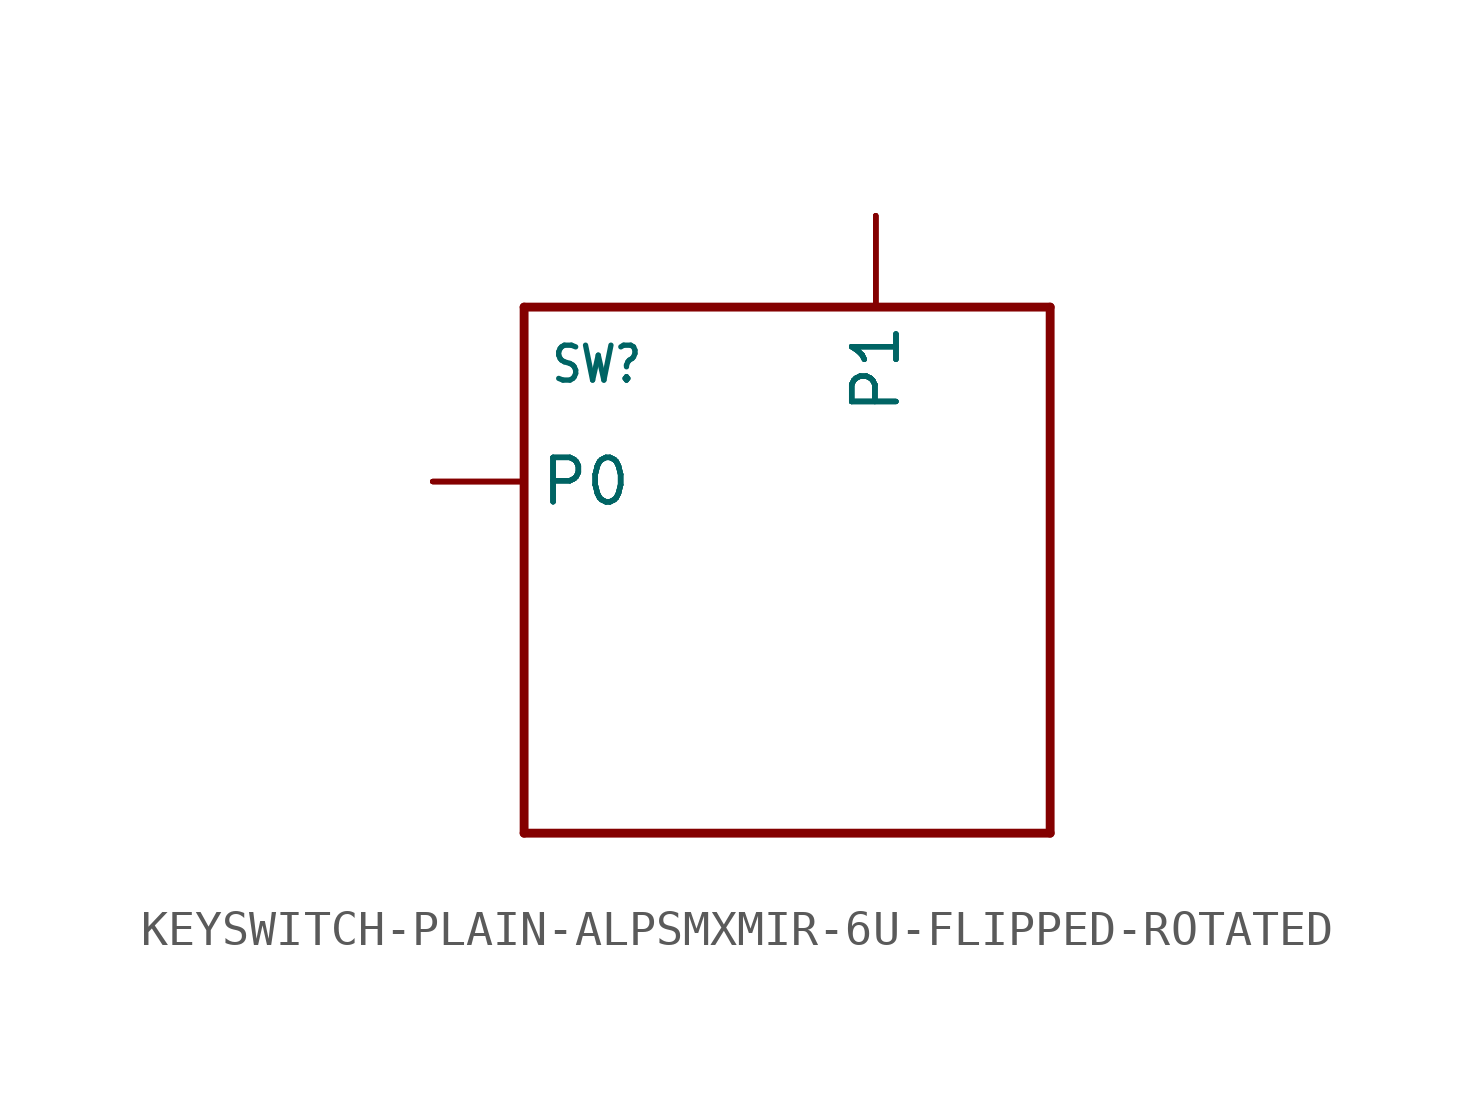
<source format=kicad_sym>
(kicad_symbol_lib
  (version 20211014)
  (generator kicad_symbol_editor)
  (symbol "KEYSWITCH-PLAIN-ALPSMXMIR-6U-FLIPPED-ROTATED"
    (property "Reference" "SW"
      (at -6.81 5.318 0)
      (effects (font (size 1 0.85)) (justify left bottom)))
    (property "ki_locked" ""
      (at 0 0 0)
      (effects (font (size 1.27 1.27))))
    (symbol "KEYSWITCH-PLAIN-ALPSMXMIR-6U-FLIPPED-ROTATED_1_0"
      (polyline (pts (xy -7.54 -7.54) (xy -7.54 7.54)) (stroke (width 0.254) (type default) (color 0 0 0 0)) (fill (type none)))
      (polyline (pts (xy -7.54 7.54) (xy 7.54 7.54)) (stroke (width 0.254) (type default) (color 0 0 0 0)) (fill (type none)))
      (polyline (pts (xy 7.54 -7.54) (xy -7.54 -7.54)) (stroke (width 0.254) (type default) (color 0 0 0 0)) (fill (type none)))
      (polyline (pts (xy 7.54 7.54) (xy 7.54 -7.54)) (stroke (width 0.254) (type default) (color 0 0 0 0)) (fill (type none)))
      (pin bidirectional line (at -10.16 2.54 0) (length 2.54) (name "P0" (effects (font (size 1.27 1.27)))) (number "ALPS1" (effects (font (size 0 0)))))
      (pin bidirectional line (at 2.54 10.16 270) (length 2.54) (name "P1" (effects (font (size 1.27 1.27)))) (number "ALPS2" (effects (font (size 0 0)))))
      (pin bidirectional line (at -10.16 2.54 0) (length 2.54) (name "P0" (effects (font (size 1.27 1.27)))) (number "ALPS3" (effects (font (size 0 0)))))
      (pin bidirectional line (at 2.54 10.16 270) (length 2.54) (name "P1" (effects (font (size 1.27 1.27)))) (number "ALPS4" (effects (font (size 0 0)))))
      (pin bidirectional line (at -10.16 2.54 0) (length 2.54) (name "P0" (effects (font (size 1.27 1.27)))) (number "MX1" (effects (font (size 0 0)))))
      (pin bidirectional line (at 2.54 10.16 270) (length 2.54) (name "P1" (effects (font (size 1.27 1.27)))) (number "MX2" (effects (font (size 0 0)))))
      (pin bidirectional line (at -10.16 2.54 0) (length 2.54) (name "P0" (effects (font (size 1.27 1.27)))) (number "MX3" (effects (font (size 0 0)))))
      (pin bidirectional line (at 2.54 10.16 270) (length 2.54) (name "P1" (effects (font (size 1.27 1.27)))) (number "MX4" (effects (font (size 0 0))))))))
</source>
